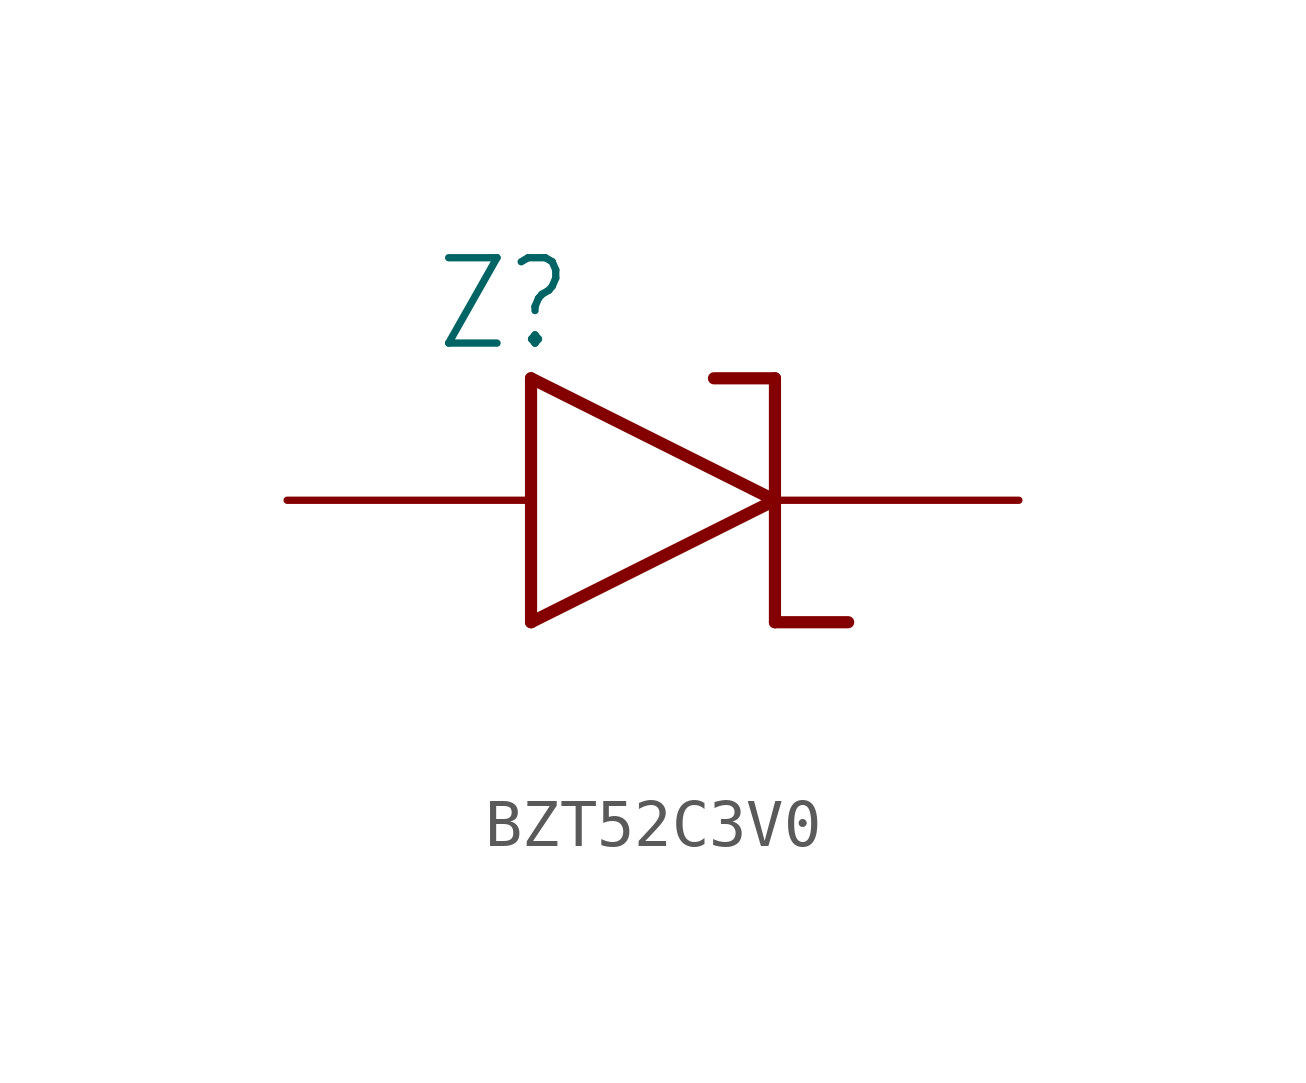
<source format=kicad_sym>
(kicad_symbol_lib
  (version 20241209)
  (generator "kicad_symbol_editor")
  (generator_version "9.0")
  (symbol "BZT52C3V0"
    (property "Reference" "Z"
      (at -4.572 3.048 0)
      (effects (font (size 1.778 1.511)) (justify left bottom)))
    (property "Value" ""
      (at -5.08 -4.826 0)
      (effects (font (size 1.778 1.511)) (justify left bottom)))
    (property "ki_locked" ""
      (at 0 0 0)
      (effects (font (size 1.27 1.27))))
    (symbol "BZT52C3V0_1_0"
      (polyline (pts (xy -2.54 2.54) (xy 2.54 0)) (stroke (width 0.254) (type solid)) (fill (type none)))
      (polyline (pts (xy -2.54 -2.54) (xy -2.54 2.54)) (stroke (width 0.254) (type solid)) (fill (type none)))
      (polyline (pts (xy 2.54 2.54) (xy 1.27 2.54)) (stroke (width 0.254) (type solid)) (fill (type none)))
      (polyline (pts (xy 2.54 2.54) (xy 2.54 -2.54)) (stroke (width 0.254) (type solid)) (fill (type none)))
      (polyline (pts (xy 2.54 0) (xy -2.54 -2.54)) (stroke (width 0.254) (type solid)) (fill (type none)))
      (polyline (pts (xy 2.54 -2.54) (xy 4.064 -2.54)) (stroke (width 0.254) (type solid)) (fill (type none)))
      (pin bidirectional line (at -7.62 0 0) (length 5.08) (name "A" (effects (font (size 0 0)))) (number "1" (effects (font (size 0 0)))))
      (pin bidirectional line (at 7.62 0 180) (length 5.08) (name "K" (effects (font (size 0 0)))) (number "2" (effects (font (size 0 0))))))))
</source>
